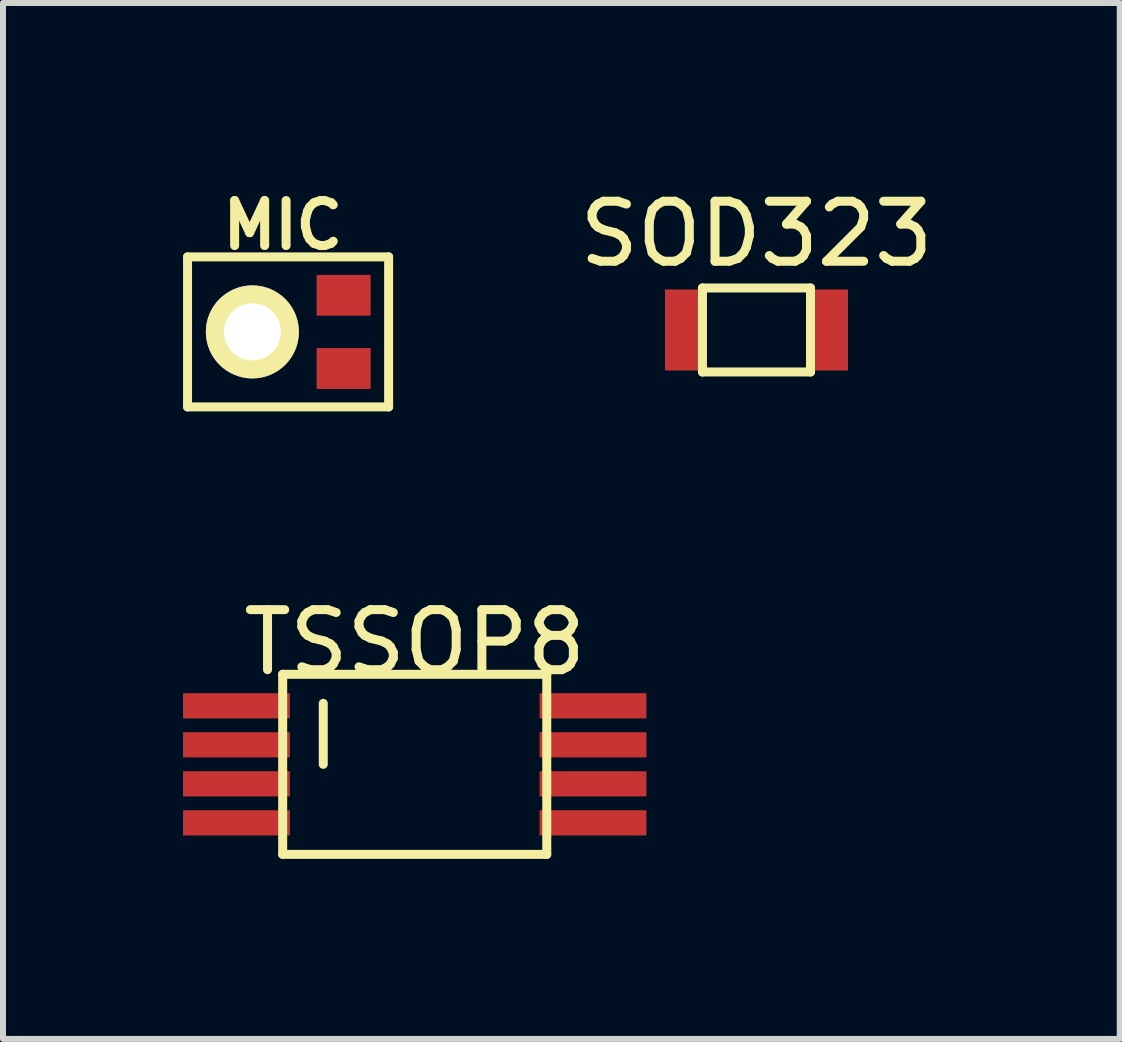
<source format=kicad_pcb>
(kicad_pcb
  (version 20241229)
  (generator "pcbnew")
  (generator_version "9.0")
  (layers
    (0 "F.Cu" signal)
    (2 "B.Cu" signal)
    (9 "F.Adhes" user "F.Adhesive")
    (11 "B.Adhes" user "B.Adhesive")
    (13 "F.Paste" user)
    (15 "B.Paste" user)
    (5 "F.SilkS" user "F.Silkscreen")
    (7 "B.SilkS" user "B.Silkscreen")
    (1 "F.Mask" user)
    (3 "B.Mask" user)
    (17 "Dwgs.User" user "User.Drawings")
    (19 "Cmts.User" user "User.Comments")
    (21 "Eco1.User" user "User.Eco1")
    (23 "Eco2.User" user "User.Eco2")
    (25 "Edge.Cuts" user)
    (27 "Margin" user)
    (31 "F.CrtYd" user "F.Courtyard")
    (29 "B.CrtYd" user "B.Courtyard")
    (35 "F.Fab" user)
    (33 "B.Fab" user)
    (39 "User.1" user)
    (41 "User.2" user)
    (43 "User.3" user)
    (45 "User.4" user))
  (footprint "TSSOP8"
    (layer "F.Cu")
    (at 3.86 9.685)
    (property "Reference" "TSSOP8" (at 0 -2.032 0) (layer "F.SilkS") (effects (font (size 1 1) (thickness 0.15))))
    (attr through_hole)
    (fp_line (start -2.2 -1.5) (end -2.2 1.5) (stroke (width 0.15) (type solid)) (layer "F.SilkS"))
    (fp_line (start -2.2 -1.5) (end 2.2 -1.5) (stroke (width 0.15) (type solid)) (layer "F.SilkS"))
    (fp_line (start -2.2 1.5) (end 2.2 1.5) (stroke (width 0.15) (type solid)) (layer "F.SilkS"))
    (fp_line (start -1.524 -1.016) (end -1.524 0) (stroke (width 0.15) (type solid)) (layer "F.SilkS"))
    (fp_line (start 2.2 -1.5) (end 2.2 1.5) (stroke (width 0.15) (type solid)) (layer "F.SilkS"))
    (pad "1" smd rect (at -2.97 -0.975) (size 1.78 0.42) (layers "F.Cu" "F.Mask" "F.Paste"))
    (pad "2" smd rect (at -2.97 -0.325) (size 1.78 0.42) (layers "F.Cu" "F.Mask" "F.Paste"))
    (pad "3" smd rect (at -2.97 0.325) (size 1.78 0.42) (layers "F.Cu" "F.Mask" "F.Paste"))
    (pad "4" smd rect (at -2.97 0.975) (size 1.78 0.42) (layers "F.Cu" "F.Mask" "F.Paste"))
    (pad "5" smd rect (at 2.97 0.975) (size 1.78 0.42) (layers "F.Cu" "F.Mask" "F.Paste"))
    (pad "6" smd rect (at 2.97 0.325) (size 1.78 0.42) (layers "F.Cu" "F.Mask" "F.Paste"))
    (pad "7" smd rect (at 2.97 -0.325) (size 1.78 0.42) (layers "F.Cu" "F.Mask" "F.Paste"))
    (pad "8" smd rect (at 2.97 -0.975) (size 1.78 0.42) (layers "F.Cu" "F.Mask" "F.Paste")))
  (footprint "SOD323"
    (layer "F.Cu")
    (at 9.554 2.448)
    (property "Reference" "SOD323" (at 0 -1.6 0) (layer "F.SilkS") (effects (font (size 1 1) (thickness 0.15))))
    (attr through_hole)
    (fp_line (start -0.9 -0.7) (end 0.9 -0.7) (stroke (width 0.15) (type solid)) (layer "F.SilkS"))
    (fp_line (start -0.9 0.7) (end -0.9 -0.7) (stroke (width 0.15) (type solid)) (layer "F.SilkS"))
    (fp_line (start 0.9 -0.7) (end 0.9 0.7) (stroke (width 0.15) (type solid)) (layer "F.SilkS"))
    (fp_line (start 0.9 0.7) (end -0.9 0.7) (stroke (width 0.15) (type solid)) (layer "F.SilkS"))
    (pad "1" smd rect (at -1.2 0) (size 0.65 1.35) (layers "F.Cu" "F.Mask" "F.Paste"))
    (pad "2" smd rect (at 1.2 0) (size 0.65 1.35) (layers "F.Cu" "F.Mask" "F.Paste")))
  (footprint "MIC"
    (layer "F.Cu")
    (at 1.155 2.48)
    (property "Reference" "MIC" (at 0.508 -1.778 0) (layer "F.SilkS") (effects (font (size 0.75 0.75) (thickness 0.15))))
    (attr through_hole)
    (fp_line (start -1.08 -1.25) (end 2.27 -1.25) (stroke (width 0.15) (type solid)) (layer "F.SilkS"))
    (fp_line (start -1.08 1.25) (end -1.08 -1.25) (stroke (width 0.15) (type solid)) (layer "F.SilkS"))
    (fp_line (start -1.08 1.25) (end 2.27 1.25) (stroke (width 0.15) (type solid)) (layer "F.SilkS"))
    (fp_line (start 2.27 -1.25) (end 2.27 1.25) (stroke (width 0.15) (type solid)) (layer "F.SilkS"))
    (pad "1" smd rect (at 1.52 -0.61) (size 0.9 0.68) (layers "F.Cu" "F.Mask" "F.Paste"))
    (pad "2" thru_hole circle (at 0 0) (size 1.55 1.55) (drill 0.95) (layers "*.Cu" "*.Mask" "F.SilkS"))
    (pad "3" smd rect (at 1.52 0.61) (size 0.9 0.68) (layers "F.Cu" "F.Mask" "F.Paste")))
  (gr_rect
    (start -3 -3)
    (end 15.607 14.26)
    (stroke (width 0.1) (type default))
    (fill no)
    (layer "Edge.Cuts")))
</source>
